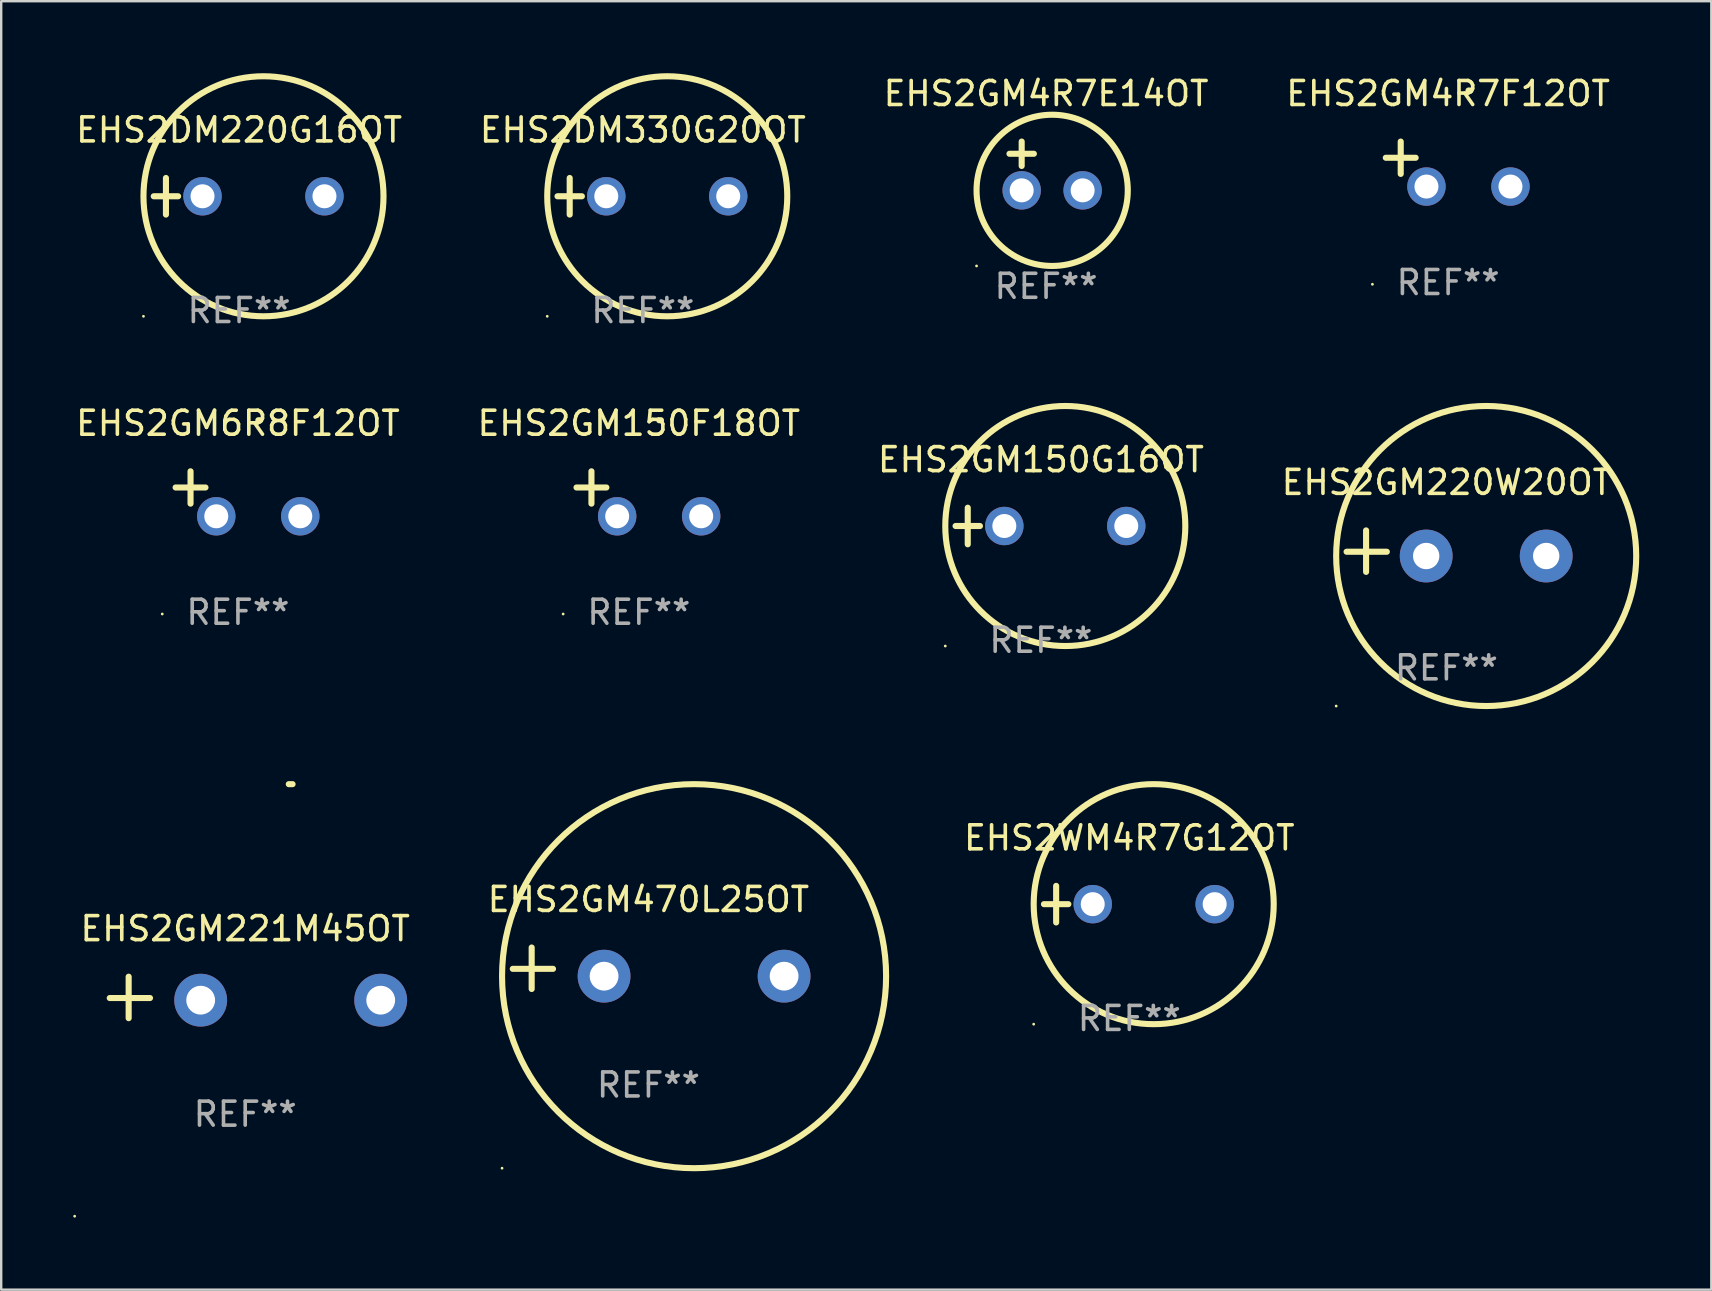
<source format=kicad_pcb>
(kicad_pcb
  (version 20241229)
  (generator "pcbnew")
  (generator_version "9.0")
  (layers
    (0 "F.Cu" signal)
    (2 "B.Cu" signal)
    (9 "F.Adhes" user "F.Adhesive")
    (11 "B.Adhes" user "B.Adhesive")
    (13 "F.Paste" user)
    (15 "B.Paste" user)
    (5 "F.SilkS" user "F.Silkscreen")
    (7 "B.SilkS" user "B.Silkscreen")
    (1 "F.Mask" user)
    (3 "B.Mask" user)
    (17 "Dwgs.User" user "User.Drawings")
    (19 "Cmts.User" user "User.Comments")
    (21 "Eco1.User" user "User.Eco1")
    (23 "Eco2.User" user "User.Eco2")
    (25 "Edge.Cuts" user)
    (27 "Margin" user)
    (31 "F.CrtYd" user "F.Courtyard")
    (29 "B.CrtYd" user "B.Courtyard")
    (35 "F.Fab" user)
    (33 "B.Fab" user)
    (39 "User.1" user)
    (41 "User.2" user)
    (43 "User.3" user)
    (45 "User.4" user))
  (footprint "EHS2GM150G16OT"
    (layer "F.Cu")
    (at 40.315 18.864)
    (property "Reference" "EHS2GM150G16OT" (at 0 -2.762 0) (layer "F.SilkS") (effects (font (size 1 1) (thickness 0.15))))
    (attr through_hole)
    (fp_line (start -3.556 0) (end -2.54 0) (stroke (width 0.254) (type solid)) (layer "F.SilkS"))
    (fp_line (start -3.048 -0.762) (end -3.048 0.762) (stroke (width 0.254) (type solid)) (layer "F.SilkS"))
    (fp_circle (center -3.984 5) (end -3.954 5) (stroke (width 0.06) (type solid)) (fill no) (layer "F.SilkS"))
    (fp_circle (center 1.016 0) (end 6.016 0) (stroke (width 0.254) (type solid)) (fill no) (layer "F.SilkS"))
    (fp_text user "REF**" (at 0 4.762 0) (layer "F.Fab") (effects (font (size 1 1) (thickness 0.15))))
    (pad "1" thru_hole circle (at -1.524 0) (size 1.6 1.6) (drill 1) (layers "*.Cu" "*.Mask"))
    (pad "2" thru_hole circle (at 3.556 0) (size 1.6 1.6) (drill 1) (layers "*.Cu" "*.Mask")))
  (footprint "EHS2GM4R7E14OT"
    (layer "F.Cu")
    (at 40.53 3.864)
    (property "Reference" "EHS2GM4R7E14OT" (at 0 -3.016 0) (layer "F.SilkS") (effects (font (size 1 1) (thickness 0.15))))
    (attr through_hole)
    (fp_line (start -1.524 -0.508) (end -0.508 -0.508) (stroke (width 0.254) (type solid)) (layer "F.SilkS"))
    (fp_line (start -1.016 -1.016) (end -1.016 0) (stroke (width 0.254) (type solid)) (layer "F.SilkS"))
    (fp_circle (center -2.896 4.166) (end -2.866 4.166) (stroke (width 0.06) (type solid)) (fill no) (layer "F.SilkS"))
    (fp_circle (center 0.254 1.016) (end 3.404 1.016) (stroke (width 0.254) (type solid)) (fill no) (layer "F.SilkS"))
    (fp_text user "REF**" (at 0 5.016 0) (layer "F.Fab") (effects (font (size 1 1) (thickness 0.15))))
    (pad "1" thru_hole circle (at -1.016 1.016) (size 1.6 1.6) (drill 1) (layers "*.Cu" "*.Mask"))
    (pad "2" thru_hole circle (at 1.524 1.016) (size 1.6 1.6) (drill 1) (layers "*.Cu" "*.Mask")))
  (footprint "EHS2GM220W20OT"
    (layer "F.Cu")
    (at 57.208 19.911)
    (property "Reference" "EHS2GM220W20OT" (at 0 -2.864 0) (layer "F.SilkS") (effects (font (size 1 1) (thickness 0.15))))
    (attr through_hole)
    (fp_line (start -3.346 0.864) (end -3.346 -0.864) (stroke (width 0.254) (type solid)) (layer "F.SilkS"))
    (fp_line (start -2.482 0.025) (end -4.158 0.025) (stroke (width 0.254) (type solid)) (layer "F.SilkS"))
    (fp_circle (center -4.592 6.453) (end -4.562 6.453) (stroke (width 0.06) (type solid)) (fill no) (layer "F.SilkS"))
    (fp_circle (center 1.658 0.203) (end 7.908 0.203) (stroke (width 0.254) (type solid)) (fill no) (layer "F.SilkS"))
    (fp_text user "REF**" (at 0 4.864 0) (layer "F.Fab") (effects (font (size 1 1) (thickness 0.15))))
    (pad "1" thru_hole circle (at -0.842 0.203) (size 2.2 2.2) (drill 1.1) (layers "*.Cu" "*.Mask"))
    (pad "2" thru_hole circle (at 4.158 0.203) (size 2.2 2.2) (drill 1.1) (layers "*.Cu" "*.Mask")))
  (footprint "EHS2GM221M45OT"
    (layer "F.Cu")
    (at 7.166 38.504)
    (property "Reference" "EHS2GM221M45OT" (at 0 -2.864 0) (layer "F.SilkS") (effects (font (size 1 1) (thickness 0.15))))
    (attr through_hole)
    (fp_line (start -4.856 0.864) (end -4.856 -0.864) (stroke (width 0.254) (type solid)) (layer "F.SilkS"))
    (fp_line (start -3.967 0.025) (end -5.644 0.025) (stroke (width 0.254) (type solid)) (layer "F.SilkS"))
    (fp_arc (start 1.815024 -8.885649) (mid 1.893764 -8.88599) (end 1.972504 -8.885649) (stroke (width 0.254001) (type solid)) (layer "F.SilkS"))
    (fp_circle (center -7.106 9.114) (end -7.076 9.114) (stroke (width 0.06) (type solid)) (fill no) (layer "F.SilkS"))
    (fp_text user "REF**" (at 0 4.864 0) (layer "F.Fab") (effects (font (size 1 1) (thickness 0.15))))
    (pad "1" thru_hole circle (at -1.856 0.114) (size 2.2 2.2) (drill 1.2) (layers "*.Cu" "*.Mask"))
    (pad "2" thru_hole circle (at 5.644 0.114) (size 2.2 2.2) (drill 1.2) (layers "*.Cu" "*.Mask")))
  (footprint "EHS2GM6R8F12OT"
    (layer "F.Cu")
    (at 6.863 17.522)
    (property "Reference" "EHS2GM6R8F12OT" (at 0 -2.937 0) (layer "F.SilkS") (effects (font (size 1 1) (thickness 0.15))))
    (attr through_hole)
    (fp_line (start -1.975 0.41) (end -1.975 -0.937) (stroke (width 0.254) (type solid)) (layer "F.SilkS"))
    (fp_line (start -1.353 -0.263) (end -2.597 -0.263) (stroke (width 0.254) (type solid)) (layer "F.SilkS"))
    (fp_arc (start 0.849809 -3.063957) (mid 0.885369 -3.064114) (end 0.920929 -3.063957) (stroke (width 0.254001) (type solid)) (layer "F.SilkS"))
    (fp_circle (center -3.154 5.008) (end -3.124 5.008) (stroke (width 0.06) (type solid)) (fill no) (layer "F.SilkS"))
    (fp_text user "REF**" (at 0 4.937 0) (layer "F.Fab") (effects (font (size 1 1) (thickness 0.15))))
    (pad "1" thru_hole circle (at -0.903 0.937) (size 1.6 1.6) (drill 1) (layers "*.Cu" "*.Mask"))
    (pad "2" thru_hole circle (at 2.597 0.937) (size 1.6 1.6) (drill 1) (layers "*.Cu" "*.Mask")))
  (footprint "EHS2WM4R7G12OT"
    (layer "F.Cu")
    (at 43.998 34.618)
    (property "Reference" "EHS2WM4R7G12OT" (at 0 -2.762 0) (layer "F.SilkS") (effects (font (size 1 1) (thickness 0.15))))
    (attr through_hole)
    (fp_line (start -3.556 0) (end -2.54 0) (stroke (width 0.254) (type solid)) (layer "F.SilkS"))
    (fp_line (start -3.048 -0.762) (end -3.048 0.762) (stroke (width 0.254) (type solid)) (layer "F.SilkS"))
    (fp_circle (center -3.984 5) (end -3.954 5) (stroke (width 0.06) (type solid)) (fill no) (layer "F.SilkS"))
    (fp_circle (center 1.016 0) (end 6.016 0) (stroke (width 0.254) (type solid)) (fill no) (layer "F.SilkS"))
    (fp_text user "REF**" (at 0 4.762 0) (layer "F.Fab") (effects (font (size 1 1) (thickness 0.15))))
    (pad "1" thru_hole circle (at -1.524 0) (size 1.6 1.6) (drill 1) (layers "*.Cu" "*.Mask"))
    (pad "2" thru_hole circle (at 3.556 0) (size 1.6 1.6) (drill 1) (layers "*.Cu" "*.Mask")))
  (footprint "EHS2GM470L25OT"
    (layer "F.Cu")
    (at 23.964 37.288)
    (property "Reference" "EHS2GM470L25OT" (at 0 -2.864 0) (layer "F.SilkS") (effects (font (size 1 1) (thickness 0.15))))
    (attr through_hole)
    (fp_line (start -4.864 0.864) (end -4.864 -0.864) (stroke (width 0.254) (type solid)) (layer "F.SilkS"))
    (fp_line (start -3.975 0.025) (end -5.652 0.025) (stroke (width 0.254) (type solid)) (layer "F.SilkS"))
    (fp_circle (center -6.098 8.33) (end -6.068 8.33) (stroke (width 0.06) (type solid)) (fill no) (layer "F.SilkS"))
    (fp_circle (center 1.902 0.33) (end 9.902 0.33) (stroke (width 0.254) (type solid)) (fill no) (layer "F.SilkS"))
    (fp_text user "REF**" (at 0 4.864 0) (layer "F.Fab") (effects (font (size 1 1) (thickness 0.15))))
    (pad "1" thru_hole circle (at -1.848 0.33) (size 2.2 2.2) (drill 1.2) (layers "*.Cu" "*.Mask"))
    (pad "2" thru_hole circle (at 5.652 0.33) (size 2.2 2.2) (drill 1.2) (layers "*.Cu" "*.Mask")))
  (footprint "EHS2DM220G16OT"
    (layer "F.Cu")
    (at 6.911 5.127)
    (property "Reference" "EHS2DM220G16OT" (at 0 -2.762 0) (layer "F.SilkS") (effects (font (size 1 1) (thickness 0.15))))
    (attr through_hole)
    (fp_line (start -3.556 0) (end -2.54 0) (stroke (width 0.254) (type solid)) (layer "F.SilkS"))
    (fp_line (start -3.048 -0.762) (end -3.048 0.762) (stroke (width 0.254) (type solid)) (layer "F.SilkS"))
    (fp_circle (center -3.984 5) (end -3.954 5) (stroke (width 0.06) (type solid)) (fill no) (layer "F.SilkS"))
    (fp_circle (center 1.016 0) (end 6.016 0) (stroke (width 0.254) (type solid)) (fill no) (layer "F.SilkS"))
    (fp_text user "REF**" (at 0 4.762 0) (layer "F.Fab") (effects (font (size 1 1) (thickness 0.15))))
    (pad "1" thru_hole circle (at -1.524 0) (size 1.6 1.6) (drill 1) (layers "*.Cu" "*.Mask"))
    (pad "2" thru_hole circle (at 3.556 0) (size 1.6 1.6) (drill 1) (layers "*.Cu" "*.Mask")))
  (footprint "EHS2DM330G20OT"
    (layer "F.Cu")
    (at 23.732 5.127)
    (property "Reference" "EHS2DM330G20OT" (at 0 -2.762 0) (layer "F.SilkS") (effects (font (size 1 1) (thickness 0.15))))
    (attr through_hole)
    (fp_line (start -3.556 0) (end -2.54 0) (stroke (width 0.254) (type solid)) (layer "F.SilkS"))
    (fp_line (start -3.048 -0.762) (end -3.048 0.762) (stroke (width 0.254) (type solid)) (layer "F.SilkS"))
    (fp_circle (center -3.984 5) (end -3.954 5) (stroke (width 0.06) (type solid)) (fill no) (layer "F.SilkS"))
    (fp_circle (center 1.016 0) (end 6.016 0) (stroke (width 0.254) (type solid)) (fill no) (layer "F.SilkS"))
    (fp_text user "REF**" (at 0 4.762 0) (layer "F.Fab") (effects (font (size 1 1) (thickness 0.15))))
    (pad "1" thru_hole circle (at -1.524 0) (size 1.6 1.6) (drill 1) (layers "*.Cu" "*.Mask"))
    (pad "2" thru_hole circle (at 3.556 0) (size 1.6 1.6) (drill 1) (layers "*.Cu" "*.Mask")))
  (footprint "EHS2GM4R7F12OT"
    (layer "F.Cu")
    (at 57.28 3.785)
    (property "Reference" "EHS2GM4R7F12OT" (at 0 -2.937 0) (layer "F.SilkS") (effects (font (size 1 1) (thickness 0.15))))
    (attr through_hole)
    (fp_line (start -1.975 0.41) (end -1.975 -0.937) (stroke (width 0.254) (type solid)) (layer "F.SilkS"))
    (fp_line (start -1.353 -0.263) (end -2.597 -0.263) (stroke (width 0.254) (type solid)) (layer "F.SilkS"))
    (fp_arc (start 0.849809 -3.063957) (mid 0.885369 -3.064114) (end 0.920929 -3.063957) (stroke (width 0.254001) (type solid)) (layer "F.SilkS"))
    (fp_circle (center -3.154 5.008) (end -3.124 5.008) (stroke (width 0.06) (type solid)) (fill no) (layer "F.SilkS"))
    (fp_text user "REF**" (at 0 4.937 0) (layer "F.Fab") (effects (font (size 1 1) (thickness 0.15))))
    (pad "1" thru_hole circle (at -0.903 0.937) (size 1.6 1.6) (drill 1) (layers "*.Cu" "*.Mask"))
    (pad "2" thru_hole circle (at 2.597 0.937) (size 1.6 1.6) (drill 1) (layers "*.Cu" "*.Mask")))
  (footprint "EHS2GM150F18OT"
    (layer "F.Cu")
    (at 23.565 17.522)
    (property "Reference" "EHS2GM150F18OT" (at 0 -2.937 0) (layer "F.SilkS") (effects (font (size 1 1) (thickness 0.15))))
    (attr through_hole)
    (fp_line (start -1.975 0.41) (end -1.975 -0.937) (stroke (width 0.254) (type solid)) (layer "F.SilkS"))
    (fp_line (start -1.353 -0.263) (end -2.597 -0.263) (stroke (width 0.254) (type solid)) (layer "F.SilkS"))
    (fp_arc (start 0.849809 -3.063957) (mid 0.885369 -3.064114) (end 0.920929 -3.063957) (stroke (width 0.254001) (type solid)) (layer "F.SilkS"))
    (fp_circle (center -3.154 5.008) (end -3.124 5.008) (stroke (width 0.06) (type solid)) (fill no) (layer "F.SilkS"))
    (fp_text user "REF**" (at 0 4.937 0) (layer "F.Fab") (effects (font (size 1 1) (thickness 0.15))))
    (pad "1" thru_hole circle (at -0.903 0.937) (size 1.6 1.6) (drill 1) (layers "*.Cu" "*.Mask"))
    (pad "2" thru_hole circle (at 2.597 0.937) (size 1.6 1.6) (drill 1) (layers "*.Cu" "*.Mask")))
  (gr_rect
    (start -3 -3)
    (end 68.244 50.678)
    (stroke (width 0.1) (type default))
    (fill no)
    (layer "Edge.Cuts")))
</source>
